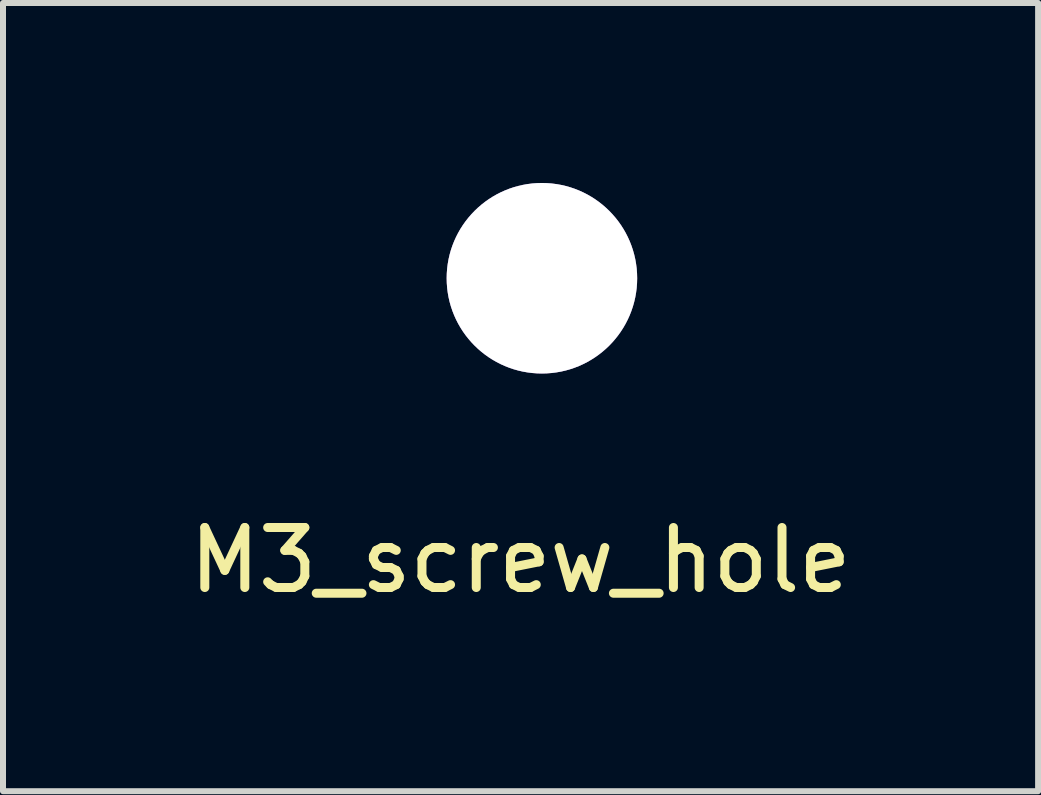
<source format=kicad_pcb>
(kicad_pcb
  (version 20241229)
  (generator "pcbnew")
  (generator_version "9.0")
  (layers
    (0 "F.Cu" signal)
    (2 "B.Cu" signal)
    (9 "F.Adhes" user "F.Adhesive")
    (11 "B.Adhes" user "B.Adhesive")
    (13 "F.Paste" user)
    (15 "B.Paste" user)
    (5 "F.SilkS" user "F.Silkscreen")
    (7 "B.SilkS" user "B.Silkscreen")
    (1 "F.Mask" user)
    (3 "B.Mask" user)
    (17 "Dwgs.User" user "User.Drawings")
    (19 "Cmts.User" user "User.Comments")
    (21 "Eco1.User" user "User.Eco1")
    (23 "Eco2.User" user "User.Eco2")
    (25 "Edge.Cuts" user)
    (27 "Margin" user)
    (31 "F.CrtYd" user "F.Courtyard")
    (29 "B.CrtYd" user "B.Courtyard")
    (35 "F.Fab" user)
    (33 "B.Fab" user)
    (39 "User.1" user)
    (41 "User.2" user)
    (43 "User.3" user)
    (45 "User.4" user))
  (footprint "M3_screw_hole"
    (layer "F.Cu")
    (at 5.981 1.587)
    (property "Reference" "M3_screw_hole" (at -0.356 4.699 0) (layer "F.SilkS") (effects (font (size 1 1) (thickness 0.15))))
    (attr through_hole)
    (pad "" thru_hole circle (at 0 0) (size 3.175 3.175) (drill 3.175) (layers "*.Cu" "*.Mask")))
  (gr_rect
    (start -3 -3)
    (end 14.25 10.135)
    (stroke (width 0.1) (type default))
    (fill no)
    (layer "Edge.Cuts")))
</source>
